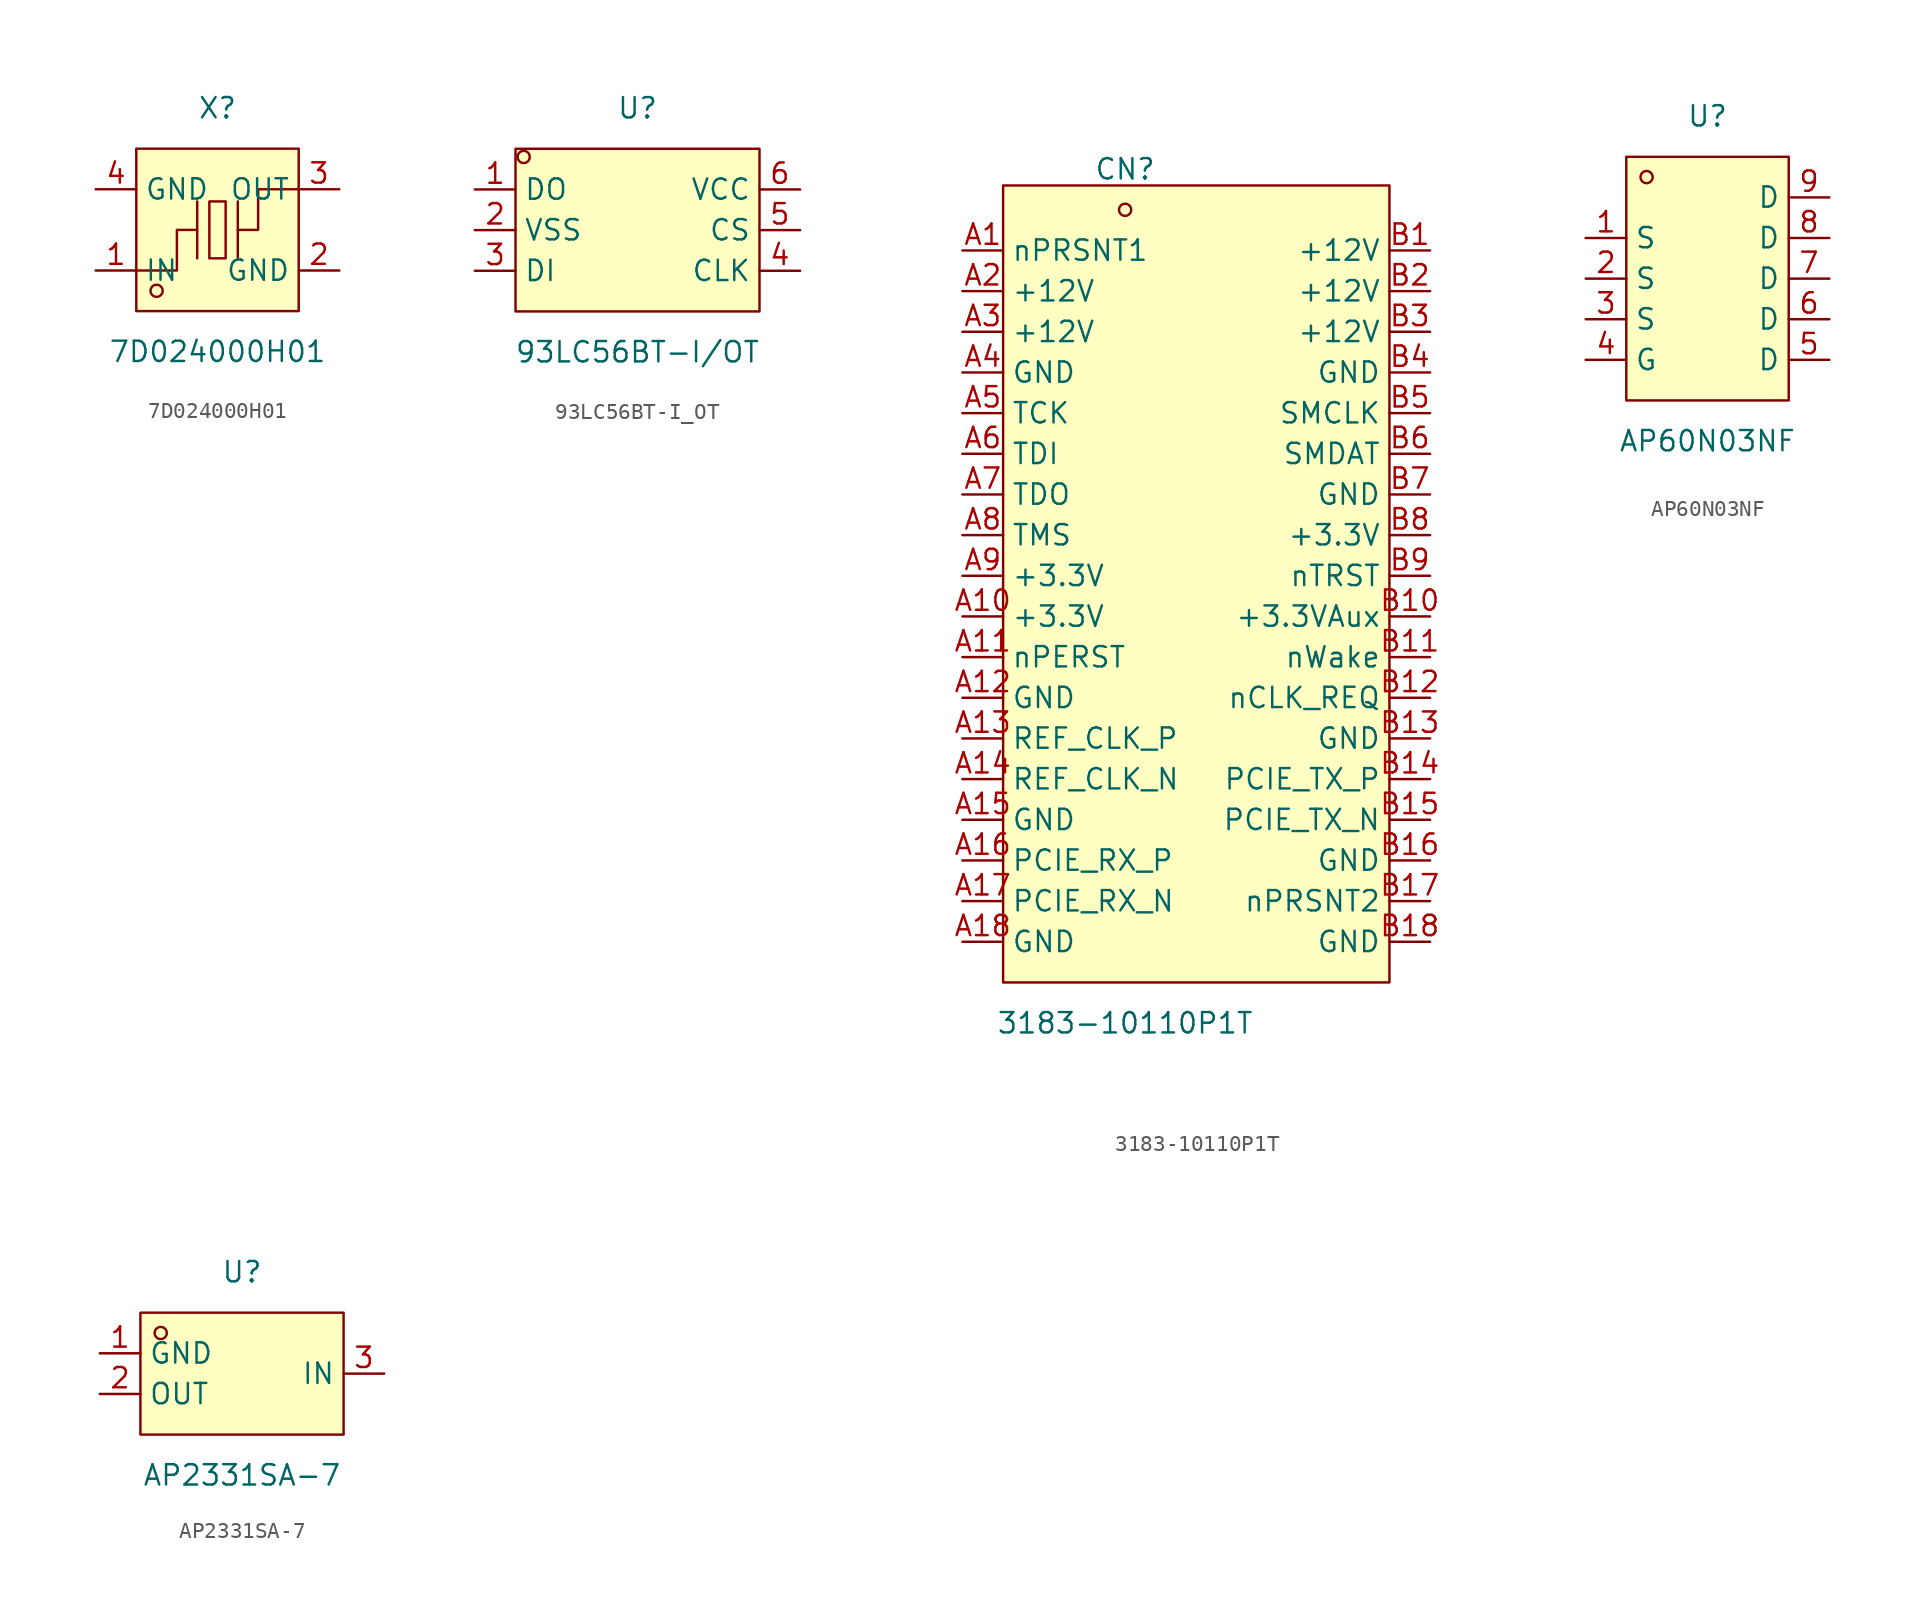
<source format=kicad_sym>
(kicad_symbol_lib
  (version 20220914)
  (generator kicad_symbol_editor)
  (symbol "7D024000H01"
    (property "Reference" "X"
      (at 0 7.62 0)
      (effects (font (size 1.27 1.27))))
    (property "Value" "7D024000H01"
      (at 0 -7.62 0)
      (effects (font (size 1.27 1.27))))
    (symbol "7D024000H01_0_1"
      (rectangle (start -5.08 5.08) (end 5.08 -5.08) (stroke (width 0) (type default)) (fill (type background)))
      (circle (center -3.81 -3.81) (radius 0.38) (stroke (width 0) (type default)) (fill (type none)))
      (rectangle (start -0.51 1.78) (end 0.51 -1.78) (stroke (width 0) (type default)) (fill (type background)))
      (polyline (pts (xy -1.27 -1.78) (xy -1.27 1.78)) (stroke (width 0) (type default)) (fill (type none)))
      (polyline (pts (xy 1.27 -1.78) (xy 1.27 1.78)) (stroke (width 0) (type default)) (fill (type none)))
      (polyline (pts (xy -5.08 -2.54) (xy -2.54 -2.54) (xy -2.54 0) (xy -1.27 0)) (stroke (width 0) (type default)) (fill (type none)))
      (polyline (pts (xy 5.08 2.54) (xy 2.54 2.54) (xy 2.54 0) (xy 1.27 0)) (stroke (width 0) (type default)) (fill (type none)))
      (pin input line (at -7.62 -2.54 0) (length 2.54) (name "IN" (effects (font (size 1.27 1.27)))) (number "1" (effects (font (size 1.27 1.27)))))
      (pin input line (at 7.62 -2.54 180) (length 2.54) (name "GND" (effects (font (size 1.27 1.27)))) (number "2" (effects (font (size 1.27 1.27)))))
      (pin input line (at 7.62 2.54 180) (length 2.54) (name "OUT" (effects (font (size 1.27 1.27)))) (number "3" (effects (font (size 1.27 1.27)))))
      (pin input line (at -7.62 2.54 0) (length 2.54) (name "GND" (effects (font (size 1.27 1.27)))) (number "4" (effects (font (size 1.27 1.27)))))))
  (symbol "93LC56BT-I_OT"
    (property "Reference" "U"
      (at 0 7.62 0)
      (effects (font (size 1.27 1.27))))
    (property "Value" "93LC56BT-I/OT"
      (at 0 -7.62 0)
      (effects (font (size 1.27 1.27))))
    (symbol "93LC56BT-I_OT_0_1"
      (rectangle (start -7.62 5.08) (end 7.62 -5.08) (stroke (width 0) (type default)) (fill (type background)))
      (circle (center -7.11 4.57) (radius 0.38) (stroke (width 0) (type default)) (fill (type none)))
      (pin unspecified line (at -10.16 2.54 0) (length 2.54) (name "DO" (effects (font (size 1.27 1.27)))) (number "1" (effects (font (size 1.27 1.27)))))
      (pin unspecified line (at -10.16 0 0) (length 2.54) (name "VSS" (effects (font (size 1.27 1.27)))) (number "2" (effects (font (size 1.27 1.27)))))
      (pin unspecified line (at -10.16 -2.54 0) (length 2.54) (name "DI" (effects (font (size 1.27 1.27)))) (number "3" (effects (font (size 1.27 1.27)))))
      (pin unspecified line (at 10.16 -2.54 180) (length 2.54) (name "CLK" (effects (font (size 1.27 1.27)))) (number "4" (effects (font (size 1.27 1.27)))))
      (pin unspecified line (at 10.16 0 180) (length 2.54) (name "CS" (effects (font (size 1.27 1.27)))) (number "5" (effects (font (size 1.27 1.27)))))
      (pin unspecified line (at 10.16 2.54 180) (length 2.54) (name "VCC" (effects (font (size 1.27 1.27)))) (number "6" (effects (font (size 1.27 1.27)))))))
  (symbol "3183-10110P1T"
    (property "Reference" "CN"
      (at 0 25.4 0)
      (effects (font (size 1.27 1.27))))
    (property "Value" "3183-10110P1T"
      (at 0 -27.94 0)
      (effects (font (size 1.27 1.27))))
    (symbol "3183-10110P1T_0_1"
      (rectangle (start -7.62 24.38) (end 16.51 -25.4) (stroke (width 0) (type default)) (fill (type background)))
      (circle (center 0 22.86) (radius 0.38) (stroke (width 0) (type default)) (fill (type none)))
      (pin unspecified line (at -10.16 20.32 0) (length 2.54) (name "nPRSNT1" (effects (font (size 1.27 1.27)))) (number "A1" (effects (font (size 1.27 1.27)))))
      (pin unspecified line (at -10.16 -2.54 0) (length 2.54) (name "+3.3V" (effects (font (size 1.27 1.27)))) (number "A10" (effects (font (size 1.27 1.27)))))
      (pin unspecified line (at -10.16 -5.08 0) (length 2.54) (name "nPERST" (effects (font (size 1.27 1.27)))) (number "A11" (effects (font (size 1.27 1.27)))))
      (pin unspecified line (at -10.16 -7.62 0) (length 2.54) (name "GND" (effects (font (size 1.27 1.27)))) (number "A12" (effects (font (size 1.27 1.27)))))
      (pin unspecified line (at -10.16 -10.16 0) (length 2.54) (name "REF_CLK_P" (effects (font (size 1.27 1.27)))) (number "A13" (effects (font (size 1.27 1.27)))))
      (pin unspecified line (at -10.16 -12.7 0) (length 2.54) (name "REF_CLK_N" (effects (font (size 1.27 1.27)))) (number "A14" (effects (font (size 1.27 1.27)))))
      (pin unspecified line (at -10.16 -15.24 0) (length 2.54) (name "GND" (effects (font (size 1.27 1.27)))) (number "A15" (effects (font (size 1.27 1.27)))))
      (pin unspecified line (at -10.16 -17.78 0) (length 2.54) (name "PCIE_RX_P" (effects (font (size 1.27 1.27)))) (number "A16" (effects (font (size 1.27 1.27)))))
      (pin unspecified line (at -10.16 -20.32 0) (length 2.54) (name "PCIE_RX_N" (effects (font (size 1.27 1.27)))) (number "A17" (effects (font (size 1.27 1.27)))))
      (pin unspecified line (at -10.16 -22.86 0) (length 2.54) (name "GND" (effects (font (size 1.27 1.27)))) (number "A18" (effects (font (size 1.27 1.27)))))
      (pin unspecified line (at -10.16 17.78 0) (length 2.54) (name "+12V" (effects (font (size 1.27 1.27)))) (number "A2" (effects (font (size 1.27 1.27)))))
      (pin unspecified line (at -10.16 15.24 0) (length 2.54) (name "+12V" (effects (font (size 1.27 1.27)))) (number "A3" (effects (font (size 1.27 1.27)))))
      (pin unspecified line (at -10.16 12.7 0) (length 2.54) (name "GND" (effects (font (size 1.27 1.27)))) (number "A4" (effects (font (size 1.27 1.27)))))
      (pin unspecified line (at -10.16 10.16 0) (length 2.54) (name "TCK" (effects (font (size 1.27 1.27)))) (number "A5" (effects (font (size 1.27 1.27)))))
      (pin unspecified line (at -10.16 7.62 0) (length 2.54) (name "TDI" (effects (font (size 1.27 1.27)))) (number "A6" (effects (font (size 1.27 1.27)))))
      (pin unspecified line (at -10.16 5.08 0) (length 2.54) (name "TDO" (effects (font (size 1.27 1.27)))) (number "A7" (effects (font (size 1.27 1.27)))))
      (pin unspecified line (at -10.16 2.54 0) (length 2.54) (name "TMS" (effects (font (size 1.27 1.27)))) (number "A8" (effects (font (size 1.27 1.27)))))
      (pin unspecified line (at -10.16 0 0) (length 2.54) (name "+3.3V" (effects (font (size 1.27 1.27)))) (number "A9" (effects (font (size 1.27 1.27)))))
      (pin unspecified line (at 19.05 20.32 180) (length 2.54) (name "+12V" (effects (font (size 1.27 1.27)))) (number "B1" (effects (font (size 1.27 1.27)))))
      (pin unspecified line (at 19.05 -2.54 180) (length 2.54) (name "+3.3VAux" (effects (font (size 1.27 1.27)))) (number "B10" (effects (font (size 1.27 1.27)))))
      (pin unspecified line (at 19.05 -5.08 180) (length 2.54) (name "nWake" (effects (font (size 1.27 1.27)))) (number "B11" (effects (font (size 1.27 1.27)))))
      (pin unspecified line (at 19.05 -7.62 180) (length 2.54) (name "nCLK_REQ" (effects (font (size 1.27 1.27)))) (number "B12" (effects (font (size 1.27 1.27)))))
      (pin unspecified line (at 19.05 -10.16 180) (length 2.54) (name "GND" (effects (font (size 1.27 1.27)))) (number "B13" (effects (font (size 1.27 1.27)))))
      (pin unspecified line (at 19.05 -12.7 180) (length 2.54) (name "PCIE_TX_P" (effects (font (size 1.27 1.27)))) (number "B14" (effects (font (size 1.27 1.27)))))
      (pin unspecified line (at 19.05 -15.24 180) (length 2.54) (name "PCIE_TX_N" (effects (font (size 1.27 1.27)))) (number "B15" (effects (font (size 1.27 1.27)))))
      (pin unspecified line (at 19.05 -17.78 180) (length 2.54) (name "GND" (effects (font (size 1.27 1.27)))) (number "B16" (effects (font (size 1.27 1.27)))))
      (pin unspecified line (at 19.05 -20.32 180) (length 2.54) (name "nPRSNT2" (effects (font (size 1.27 1.27)))) (number "B17" (effects (font (size 1.27 1.27)))))
      (pin unspecified line (at 19.05 -22.86 180) (length 2.54) (name "GND" (effects (font (size 1.27 1.27)))) (number "B18" (effects (font (size 1.27 1.27)))))
      (pin unspecified line (at 19.05 17.78 180) (length 2.54) (name "+12V" (effects (font (size 1.27 1.27)))) (number "B2" (effects (font (size 1.27 1.27)))))
      (pin unspecified line (at 19.05 15.24 180) (length 2.54) (name "+12V" (effects (font (size 1.27 1.27)))) (number "B3" (effects (font (size 1.27 1.27)))))
      (pin unspecified line (at 19.05 12.7 180) (length 2.54) (name "GND" (effects (font (size 1.27 1.27)))) (number "B4" (effects (font (size 1.27 1.27)))))
      (pin unspecified line (at 19.05 10.16 180) (length 2.54) (name "SMCLK" (effects (font (size 1.27 1.27)))) (number "B5" (effects (font (size 1.27 1.27)))))
      (pin unspecified line (at 19.05 7.62 180) (length 2.54) (name "SMDAT" (effects (font (size 1.27 1.27)))) (number "B6" (effects (font (size 1.27 1.27)))))
      (pin unspecified line (at 19.05 5.08 180) (length 2.54) (name "GND" (effects (font (size 1.27 1.27)))) (number "B7" (effects (font (size 1.27 1.27)))))
      (pin unspecified line (at 19.05 2.54 180) (length 2.54) (name "+3.3V" (effects (font (size 1.27 1.27)))) (number "B8" (effects (font (size 1.27 1.27)))))
      (pin unspecified line (at 19.05 0 180) (length 2.54) (name "nTRST" (effects (font (size 1.27 1.27)))) (number "B9" (effects (font (size 1.27 1.27)))))))
  (symbol "AP60N03NF"
    (property "Reference" "U"
      (at 0 10.16 0)
      (effects (font (size 1.27 1.27))))
    (property "Value" "AP60N03NF"
      (at 0 -10.16 0)
      (effects (font (size 1.27 1.27))))
    (symbol "AP60N03NF_0_1"
      (rectangle (start -5.08 7.62) (end 5.08 -7.62) (stroke (width 0) (type default)) (fill (type background)))
      (circle (center -3.81 6.35) (radius 0.38) (stroke (width 0) (type default)) (fill (type none)))
      (pin unspecified line (at -7.62 2.54 0) (length 2.54) (name "S" (effects (font (size 1.27 1.27)))) (number "1" (effects (font (size 1.27 1.27)))))
      (pin unspecified line (at -7.62 0 0) (length 2.54) (name "S" (effects (font (size 1.27 1.27)))) (number "2" (effects (font (size 1.27 1.27)))))
      (pin unspecified line (at -7.62 -2.54 0) (length 2.54) (name "S" (effects (font (size 1.27 1.27)))) (number "3" (effects (font (size 1.27 1.27)))))
      (pin unspecified line (at -7.62 -5.08 0) (length 2.54) (name "G" (effects (font (size 1.27 1.27)))) (number "4" (effects (font (size 1.27 1.27)))))
      (pin unspecified line (at 7.62 -5.08 180) (length 2.54) (name "D" (effects (font (size 1.27 1.27)))) (number "5" (effects (font (size 1.27 1.27)))))
      (pin unspecified line (at 7.62 -2.54 180) (length 2.54) (name "D" (effects (font (size 1.27 1.27)))) (number "6" (effects (font (size 1.27 1.27)))))
      (pin unspecified line (at 7.62 0 180) (length 2.54) (name "D" (effects (font (size 1.27 1.27)))) (number "7" (effects (font (size 1.27 1.27)))))
      (pin unspecified line (at 7.62 2.54 180) (length 2.54) (name "D" (effects (font (size 1.27 1.27)))) (number "8" (effects (font (size 1.27 1.27)))))
      (pin unspecified line (at 7.62 5.08 180) (length 2.54) (name "D" (effects (font (size 1.27 1.27)))) (number "9" (effects (font (size 1.27 1.27)))))))
  (symbol "AP2331SA-7"
    (property "Reference" "U"
      (at 0 6.35 0)
      (effects (font (size 1.27 1.27))))
    (property "Value" "AP2331SA-7"
      (at 0 -6.35 0)
      (effects (font (size 1.27 1.27))))
    (symbol "AP2331SA-7_0_1"
      (rectangle (start -6.35 3.81) (end 6.35 -3.81) (stroke (width 0) (type default)) (fill (type background)))
      (circle (center -5.08 2.54) (radius 0.38) (stroke (width 0) (type default)) (fill (type none)))
      (pin unspecified line (at -8.89 1.27 0) (length 2.54) (name "GND" (effects (font (size 1.27 1.27)))) (number "1" (effects (font (size 1.27 1.27)))))
      (pin unspecified line (at -8.89 -1.27 0) (length 2.54) (name "OUT" (effects (font (size 1.27 1.27)))) (number "2" (effects (font (size 1.27 1.27)))))
      (pin unspecified line (at 8.89 0 180) (length 2.54) (name "IN" (effects (font (size 1.27 1.27)))) (number "3" (effects (font (size 1.27 1.27))))))))
</source>
